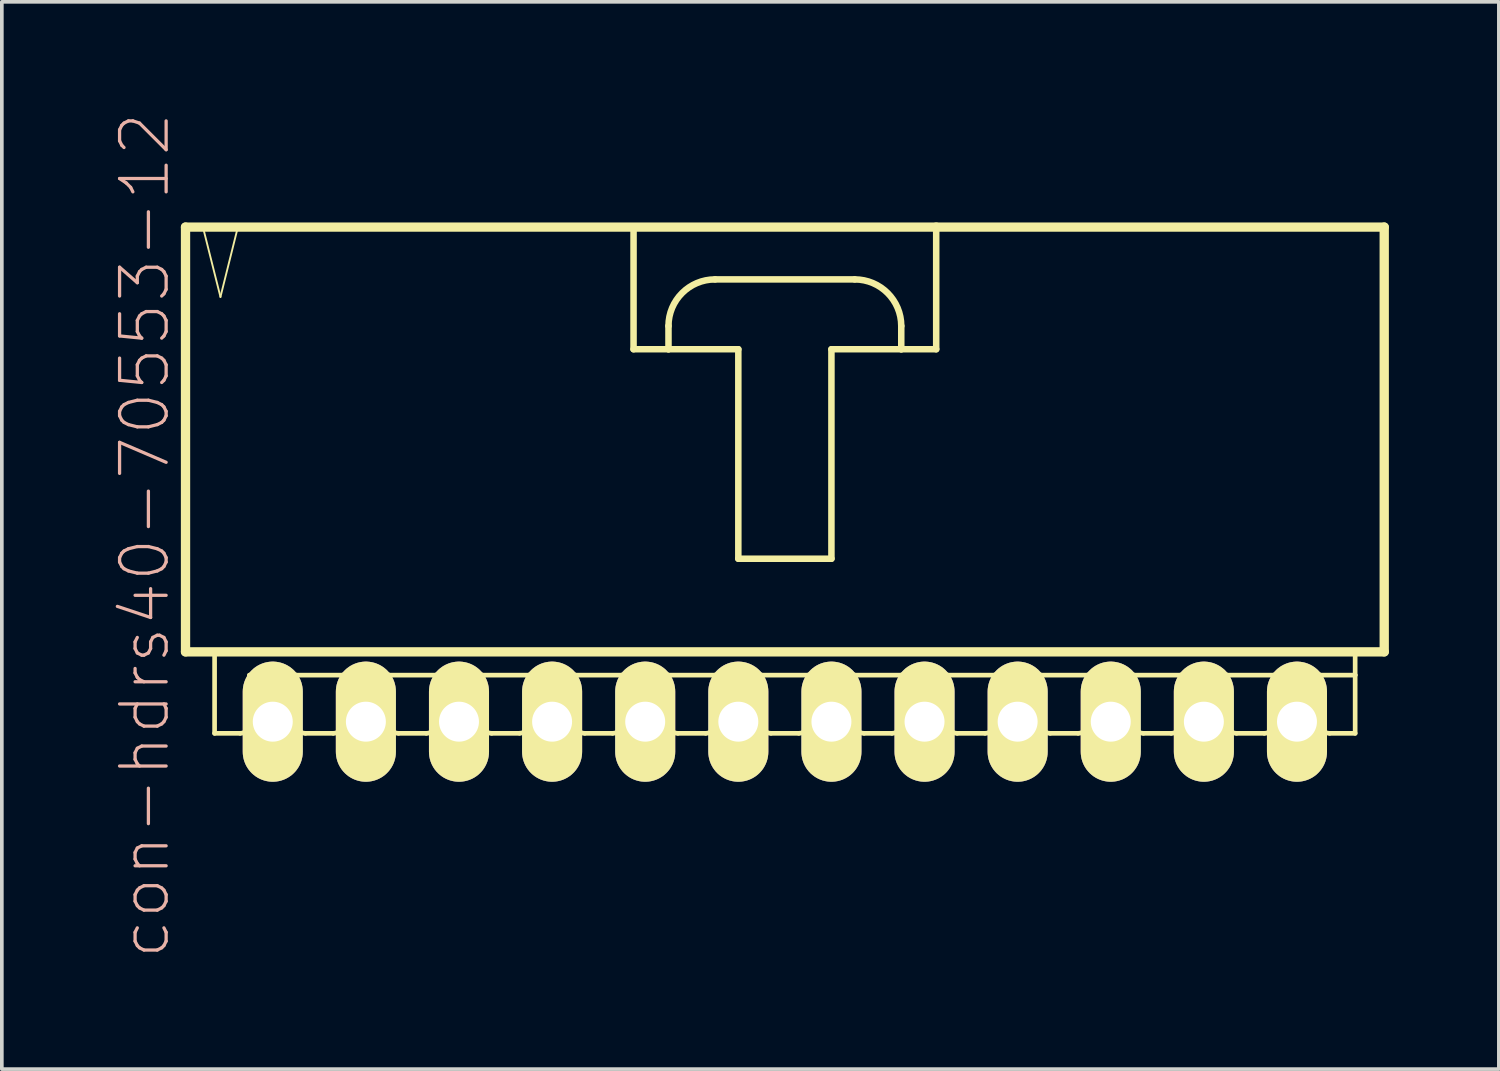
<source format=kicad_pcb>
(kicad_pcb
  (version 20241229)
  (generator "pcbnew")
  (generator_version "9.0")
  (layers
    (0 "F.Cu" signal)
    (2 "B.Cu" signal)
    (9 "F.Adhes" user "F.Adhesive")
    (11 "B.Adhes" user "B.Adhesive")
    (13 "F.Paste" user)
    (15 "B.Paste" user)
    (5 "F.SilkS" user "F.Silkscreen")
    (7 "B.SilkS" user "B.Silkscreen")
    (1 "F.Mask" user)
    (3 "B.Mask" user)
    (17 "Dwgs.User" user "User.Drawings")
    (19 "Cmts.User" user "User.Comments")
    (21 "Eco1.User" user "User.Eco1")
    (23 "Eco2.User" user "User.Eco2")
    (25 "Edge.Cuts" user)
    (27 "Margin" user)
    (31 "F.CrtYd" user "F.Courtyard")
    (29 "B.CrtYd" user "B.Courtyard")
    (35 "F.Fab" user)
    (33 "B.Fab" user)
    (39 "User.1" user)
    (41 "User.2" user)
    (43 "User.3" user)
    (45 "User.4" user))
  (footprint "con-hdrs40-70553-12"
    (layer "F.Cu")
    (at 18.361 9.017)
    (property "Reference" "con-hdrs40-70553-12" (at -17.462 2.54 90) (layer "B.SilkS") (effects (font (size 1.27 1.27) (thickness 0.089))))
    (attr exclude_from_pos_files exclude_from_bom)
    (fp_line (start -16.35 -5.872) (end -16.35 5.715) (stroke (width 0.254) (type solid)) (layer "F.SilkS"))
    (fp_line (start -16.35 5.715) (end 16.35 5.715) (stroke (width 0.254) (type solid)) (layer "F.SilkS"))
    (fp_line (start -15.875 -5.872) (end -15.397 -3.967) (stroke (width 0.051) (type solid)) (layer "F.SilkS"))
    (fp_line (start -15.557 5.715) (end -15.557 7.938) (stroke (width 0.127) (type solid)) (layer "F.SilkS"))
    (fp_line (start -15.397 -3.967) (end -14.922 -5.872) (stroke (width 0.051) (type solid)) (layer "F.SilkS"))
    (fp_line (start -14.922 -5.872) (end -15.875 -5.872) (stroke (width 0.051) (type solid)) (layer "F.SilkS"))
    (fp_line (start -14.859 7.938) (end -15.557 7.938) (stroke (width 0.127) (type solid)) (layer "F.SilkS"))
    (fp_line (start -14.605 6.35) (end -14.605 7.684) (stroke (width 0.127) (type solid)) (layer "F.SilkS"))
    (fp_line (start -14.605 6.35) (end -13.335 6.35) (stroke (width 0.127) (type solid)) (layer "F.SilkS"))
    (fp_line (start -14.287 6.35) (end -13.652 6.35) (stroke (width 0.066) (type solid)) (layer "F.SilkS"))
    (fp_line (start -14.287 7.62) (end -14.287 6.35) (stroke (width 0.066) (type solid)) (layer "F.SilkS"))
    (fp_line (start -14.287 7.62) (end -13.652 7.62) (stroke (width 0.066) (type solid)) (layer "F.SilkS"))
    (fp_line (start -13.652 7.62) (end -13.652 6.35) (stroke (width 0.066) (type solid)) (layer "F.SilkS"))
    (fp_line (start -13.335 6.35) (end -13.335 7.684) (stroke (width 0.127) (type solid)) (layer "F.SilkS"))
    (fp_line (start -13.335 6.35) (end -12.065 6.35) (stroke (width 0.127) (type solid)) (layer "F.SilkS"))
    (fp_line (start -12.319 7.938) (end -13.081 7.938) (stroke (width 0.127) (type solid)) (layer "F.SilkS"))
    (fp_line (start -12.065 6.35) (end -12.065 7.684) (stroke (width 0.127) (type solid)) (layer "F.SilkS"))
    (fp_line (start -12.065 6.35) (end -10.795 6.35) (stroke (width 0.127) (type solid)) (layer "F.SilkS"))
    (fp_line (start -11.748 6.35) (end -11.113 6.35) (stroke (width 0.066) (type solid)) (layer "F.SilkS"))
    (fp_line (start -11.748 7.62) (end -11.748 6.35) (stroke (width 0.066) (type solid)) (layer "F.SilkS"))
    (fp_line (start -11.748 7.62) (end -11.113 7.62) (stroke (width 0.066) (type solid)) (layer "F.SilkS"))
    (fp_line (start -11.113 7.62) (end -11.113 6.35) (stroke (width 0.066) (type solid)) (layer "F.SilkS"))
    (fp_line (start -10.795 6.35) (end -10.795 7.684) (stroke (width 0.127) (type solid)) (layer "F.SilkS"))
    (fp_line (start -10.795 6.35) (end -9.525 6.35) (stroke (width 0.127) (type solid)) (layer "F.SilkS"))
    (fp_line (start -9.779 7.938) (end -10.541 7.938) (stroke (width 0.127) (type solid)) (layer "F.SilkS"))
    (fp_line (start -9.525 6.35) (end -9.525 7.684) (stroke (width 0.127) (type solid)) (layer "F.SilkS"))
    (fp_line (start -9.525 6.35) (end -8.255 6.35) (stroke (width 0.127) (type solid)) (layer "F.SilkS"))
    (fp_line (start -9.207 6.35) (end -8.572 6.35) (stroke (width 0.066) (type solid)) (layer "F.SilkS"))
    (fp_line (start -9.207 7.62) (end -9.207 6.35) (stroke (width 0.066) (type solid)) (layer "F.SilkS"))
    (fp_line (start -9.207 7.62) (end -8.572 7.62) (stroke (width 0.066) (type solid)) (layer "F.SilkS"))
    (fp_line (start -8.572 7.62) (end -8.572 6.35) (stroke (width 0.066) (type solid)) (layer "F.SilkS"))
    (fp_line (start -8.255 6.35) (end -8.255 7.684) (stroke (width 0.127) (type solid)) (layer "F.SilkS"))
    (fp_line (start -8.255 6.35) (end -6.985 6.35) (stroke (width 0.127) (type solid)) (layer "F.SilkS"))
    (fp_line (start -7.236 7.938) (end -8.001 7.938) (stroke (width 0.127) (type solid)) (layer "F.SilkS"))
    (fp_line (start -6.985 6.35) (end -6.985 7.684) (stroke (width 0.127) (type solid)) (layer "F.SilkS"))
    (fp_line (start -6.985 6.35) (end -5.715 6.35) (stroke (width 0.127) (type solid)) (layer "F.SilkS"))
    (fp_line (start -6.668 6.35) (end -6.032 6.35) (stroke (width 0.066) (type solid)) (layer "F.SilkS"))
    (fp_line (start -6.668 7.62) (end -6.668 6.35) (stroke (width 0.066) (type solid)) (layer "F.SilkS"))
    (fp_line (start -6.668 7.62) (end -6.032 7.62) (stroke (width 0.066) (type solid)) (layer "F.SilkS"))
    (fp_line (start -6.032 7.62) (end -6.032 6.35) (stroke (width 0.066) (type solid)) (layer "F.SilkS"))
    (fp_line (start -5.715 6.35) (end -5.715 7.684) (stroke (width 0.127) (type solid)) (layer "F.SilkS"))
    (fp_line (start -5.715 6.35) (end -4.445 6.35) (stroke (width 0.127) (type solid)) (layer "F.SilkS"))
    (fp_line (start -4.699 7.938) (end -5.461 7.938) (stroke (width 0.127) (type solid)) (layer "F.SilkS"))
    (fp_line (start -4.445 6.35) (end -4.445 7.684) (stroke (width 0.127) (type solid)) (layer "F.SilkS"))
    (fp_line (start -4.445 6.35) (end -3.175 6.35) (stroke (width 0.127) (type solid)) (layer "F.SilkS"))
    (fp_line (start -4.128 -5.872) (end -4.128 -2.54) (stroke (width 0.178) (type solid)) (layer "F.SilkS"))
    (fp_line (start -4.128 -2.54) (end -3.175 -2.54) (stroke (width 0.178) (type solid)) (layer "F.SilkS"))
    (fp_line (start -4.128 6.35) (end -3.493 6.35) (stroke (width 0.066) (type solid)) (layer "F.SilkS"))
    (fp_line (start -4.128 7.62) (end -4.128 6.35) (stroke (width 0.066) (type solid)) (layer "F.SilkS"))
    (fp_line (start -4.128 7.62) (end -3.493 7.62) (stroke (width 0.066) (type solid)) (layer "F.SilkS"))
    (fp_line (start -3.493 7.62) (end -3.493 6.35) (stroke (width 0.066) (type solid)) (layer "F.SilkS"))
    (fp_line (start -3.175 -2.54) (end -3.175 -3.175) (stroke (width 0.178) (type solid)) (layer "F.SilkS"))
    (fp_line (start -3.175 -2.54) (end -1.27 -2.54) (stroke (width 0.178) (type solid)) (layer "F.SilkS"))
    (fp_line (start -3.175 6.35) (end -3.175 7.684) (stroke (width 0.127) (type solid)) (layer "F.SilkS"))
    (fp_line (start -3.175 6.35) (end -1.905 6.35) (stroke (width 0.127) (type solid)) (layer "F.SilkS"))
    (fp_line (start -2.159 7.938) (end -2.921 7.938) (stroke (width 0.127) (type solid)) (layer "F.SilkS"))
    (fp_line (start -1.905 -4.445) (end 1.905 -4.445) (stroke (width 0.178) (type solid)) (layer "F.SilkS"))
    (fp_line (start -1.905 6.35) (end -1.905 7.684) (stroke (width 0.127) (type solid)) (layer "F.SilkS"))
    (fp_line (start -1.905 6.35) (end -0.635 6.35) (stroke (width 0.127) (type solid)) (layer "F.SilkS"))
    (fp_line (start -1.587 6.35) (end -0.953 6.35) (stroke (width 0.066) (type solid)) (layer "F.SilkS"))
    (fp_line (start -1.587 7.62) (end -1.587 6.35) (stroke (width 0.066) (type solid)) (layer "F.SilkS"))
    (fp_line (start -1.587 7.62) (end -0.953 7.62) (stroke (width 0.066) (type solid)) (layer "F.SilkS"))
    (fp_line (start -1.27 -2.54) (end -1.27 3.175) (stroke (width 0.178) (type solid)) (layer "F.SilkS"))
    (fp_line (start -1.27 3.175) (end 1.27 3.175) (stroke (width 0.178) (type solid)) (layer "F.SilkS"))
    (fp_line (start -0.953 7.62) (end -0.953 6.35) (stroke (width 0.066) (type solid)) (layer "F.SilkS"))
    (fp_line (start -0.635 6.35) (end -0.635 7.684) (stroke (width 0.127) (type solid)) (layer "F.SilkS"))
    (fp_line (start -0.635 6.35) (end 0.635 6.35) (stroke (width 0.127) (type solid)) (layer "F.SilkS"))
    (fp_line (start 0.381 7.938) (end -0.381 7.938) (stroke (width 0.127) (type solid)) (layer "F.SilkS"))
    (fp_line (start 0.635 6.35) (end 0.635 7.684) (stroke (width 0.127) (type solid)) (layer "F.SilkS"))
    (fp_line (start 0.635 6.35) (end 1.905 6.35) (stroke (width 0.127) (type solid)) (layer "F.SilkS"))
    (fp_line (start 0.953 6.35) (end 1.587 6.35) (stroke (width 0.066) (type solid)) (layer "F.SilkS"))
    (fp_line (start 0.953 7.62) (end 0.953 6.35) (stroke (width 0.066) (type solid)) (layer "F.SilkS"))
    (fp_line (start 0.953 7.62) (end 1.587 7.62) (stroke (width 0.066) (type solid)) (layer "F.SilkS"))
    (fp_line (start 1.27 -2.54) (end 3.175 -2.54) (stroke (width 0.178) (type solid)) (layer "F.SilkS"))
    (fp_line (start 1.27 3.175) (end 1.27 -2.54) (stroke (width 0.178) (type solid)) (layer "F.SilkS"))
    (fp_line (start 1.587 7.62) (end 1.587 6.35) (stroke (width 0.066) (type solid)) (layer "F.SilkS"))
    (fp_line (start 1.905 6.35) (end 1.905 7.684) (stroke (width 0.127) (type solid)) (layer "F.SilkS"))
    (fp_line (start 1.905 6.35) (end 3.175 6.35) (stroke (width 0.127) (type solid)) (layer "F.SilkS"))
    (fp_line (start 2.921 7.938) (end 2.159 7.938) (stroke (width 0.127) (type solid)) (layer "F.SilkS"))
    (fp_line (start 3.175 -3.175) (end 3.175 -2.54) (stroke (width 0.178) (type solid)) (layer "F.SilkS"))
    (fp_line (start 3.175 -2.54) (end 4.128 -2.54) (stroke (width 0.178) (type solid)) (layer "F.SilkS"))
    (fp_line (start 3.175 6.35) (end 3.175 7.684) (stroke (width 0.127) (type solid)) (layer "F.SilkS"))
    (fp_line (start 3.175 6.35) (end 4.445 6.35) (stroke (width 0.127) (type solid)) (layer "F.SilkS"))
    (fp_line (start 3.493 6.35) (end 4.128 6.35) (stroke (width 0.066) (type solid)) (layer "F.SilkS"))
    (fp_line (start 3.493 7.62) (end 3.493 6.35) (stroke (width 0.066) (type solid)) (layer "F.SilkS"))
    (fp_line (start 3.493 7.62) (end 4.128 7.62) (stroke (width 0.066) (type solid)) (layer "F.SilkS"))
    (fp_line (start 4.128 -5.872) (end -16.35 -5.872) (stroke (width 0.254) (type solid)) (layer "F.SilkS"))
    (fp_line (start 4.128 -2.54) (end 4.128 -5.872) (stroke (width 0.178) (type solid)) (layer "F.SilkS"))
    (fp_line (start 4.128 7.62) (end 4.128 6.35) (stroke (width 0.066) (type solid)) (layer "F.SilkS"))
    (fp_line (start 4.445 6.35) (end 4.445 7.684) (stroke (width 0.127) (type solid)) (layer "F.SilkS"))
    (fp_line (start 4.445 6.35) (end 5.715 6.35) (stroke (width 0.127) (type solid)) (layer "F.SilkS"))
    (fp_line (start 5.461 7.938) (end 4.699 7.938) (stroke (width 0.127) (type solid)) (layer "F.SilkS"))
    (fp_line (start 5.715 6.35) (end 5.715 7.684) (stroke (width 0.127) (type solid)) (layer "F.SilkS"))
    (fp_line (start 5.715 6.35) (end 6.985 6.35) (stroke (width 0.127) (type solid)) (layer "F.SilkS"))
    (fp_line (start 6.032 6.35) (end 6.668 6.35) (stroke (width 0.066) (type solid)) (layer "F.SilkS"))
    (fp_line (start 6.032 7.62) (end 6.032 6.35) (stroke (width 0.066) (type solid)) (layer "F.SilkS"))
    (fp_line (start 6.032 7.62) (end 6.668 7.62) (stroke (width 0.066) (type solid)) (layer "F.SilkS"))
    (fp_line (start 6.668 7.62) (end 6.668 6.35) (stroke (width 0.066) (type solid)) (layer "F.SilkS"))
    (fp_line (start 6.985 6.35) (end 6.985 7.684) (stroke (width 0.127) (type solid)) (layer "F.SilkS"))
    (fp_line (start 6.985 6.35) (end 8.255 6.35) (stroke (width 0.127) (type solid)) (layer "F.SilkS"))
    (fp_line (start 8.001 7.938) (end 7.236 7.938) (stroke (width 0.127) (type solid)) (layer "F.SilkS"))
    (fp_line (start 8.255 6.35) (end 8.255 7.684) (stroke (width 0.127) (type solid)) (layer "F.SilkS"))
    (fp_line (start 8.255 6.35) (end 9.525 6.35) (stroke (width 0.127) (type solid)) (layer "F.SilkS"))
    (fp_line (start 8.572 6.35) (end 9.207 6.35) (stroke (width 0.066) (type solid)) (layer "F.SilkS"))
    (fp_line (start 8.572 7.62) (end 8.572 6.35) (stroke (width 0.066) (type solid)) (layer "F.SilkS"))
    (fp_line (start 8.572 7.62) (end 9.207 7.62) (stroke (width 0.066) (type solid)) (layer "F.SilkS"))
    (fp_line (start 9.207 7.62) (end 9.207 6.35) (stroke (width 0.066) (type solid)) (layer "F.SilkS"))
    (fp_line (start 9.525 6.35) (end 9.525 7.684) (stroke (width 0.127) (type solid)) (layer "F.SilkS"))
    (fp_line (start 9.525 6.35) (end 10.795 6.35) (stroke (width 0.127) (type solid)) (layer "F.SilkS"))
    (fp_line (start 10.541 7.938) (end 9.779 7.938) (stroke (width 0.127) (type solid)) (layer "F.SilkS"))
    (fp_line (start 10.795 6.35) (end 10.795 7.684) (stroke (width 0.127) (type solid)) (layer "F.SilkS"))
    (fp_line (start 10.795 6.35) (end 12.065 6.35) (stroke (width 0.127) (type solid)) (layer "F.SilkS"))
    (fp_line (start 11.113 6.35) (end 11.748 6.35) (stroke (width 0.066) (type solid)) (layer "F.SilkS"))
    (fp_line (start 11.113 7.62) (end 11.113 6.35) (stroke (width 0.066) (type solid)) (layer "F.SilkS"))
    (fp_line (start 11.113 7.62) (end 11.748 7.62) (stroke (width 0.066) (type solid)) (layer "F.SilkS"))
    (fp_line (start 11.748 7.62) (end 11.748 6.35) (stroke (width 0.066) (type solid)) (layer "F.SilkS"))
    (fp_line (start 12.065 6.35) (end 12.065 7.684) (stroke (width 0.127) (type solid)) (layer "F.SilkS"))
    (fp_line (start 12.065 6.35) (end 13.335 6.35) (stroke (width 0.127) (type solid)) (layer "F.SilkS"))
    (fp_line (start 13.081 7.938) (end 12.319 7.938) (stroke (width 0.127) (type solid)) (layer "F.SilkS"))
    (fp_line (start 13.335 6.35) (end 13.335 7.684) (stroke (width 0.127) (type solid)) (layer "F.SilkS"))
    (fp_line (start 13.335 6.35) (end 14.605 6.35) (stroke (width 0.127) (type solid)) (layer "F.SilkS"))
    (fp_line (start 13.652 6.35) (end 14.287 6.35) (stroke (width 0.066) (type solid)) (layer "F.SilkS"))
    (fp_line (start 13.652 7.62) (end 13.652 6.35) (stroke (width 0.066) (type solid)) (layer "F.SilkS"))
    (fp_line (start 13.652 7.62) (end 14.287 7.62) (stroke (width 0.066) (type solid)) (layer "F.SilkS"))
    (fp_line (start 14.287 7.62) (end 14.287 6.35) (stroke (width 0.066) (type solid)) (layer "F.SilkS"))
    (fp_line (start 14.605 6.35) (end 14.605 7.684) (stroke (width 0.127) (type solid)) (layer "F.SilkS"))
    (fp_line (start 14.605 6.35) (end 15.557 6.35) (stroke (width 0.127) (type solid)) (layer "F.SilkS"))
    (fp_line (start 14.859 7.938) (end 15.557 7.938) (stroke (width 0.127) (type solid)) (layer "F.SilkS"))
    (fp_line (start 15.557 6.35) (end 15.557 5.715) (stroke (width 0.127) (type solid)) (layer "F.SilkS"))
    (fp_line (start 15.557 7.938) (end 15.557 6.35) (stroke (width 0.127) (type solid)) (layer "F.SilkS"))
    (fp_line (start 16.35 -5.872) (end 4.128 -5.872) (stroke (width 0.254) (type solid)) (layer "F.SilkS"))
    (fp_line (start 16.35 5.715) (end 16.35 -5.872) (stroke (width 0.254) (type solid)) (layer "F.SilkS"))
    (fp_arc (start -14.605 7.6835) (mid -14.679395 7.863105) (end -14.859 7.9375) (stroke (width 0.127) (type solid)) (layer "F.SilkS"))
    (fp_arc (start -13.081 7.9375) (mid -13.260605 7.863105) (end -13.335 7.6835) (stroke (width 0.127) (type solid)) (layer "F.SilkS"))
    (fp_arc (start -12.065 7.6835) (mid -12.139395 7.863105) (end -12.319 7.9375) (stroke (width 0.127) (type solid)) (layer "F.SilkS"))
    (fp_arc (start -10.541 7.9375) (mid -10.720605 7.863105) (end -10.795 7.6835) (stroke (width 0.127) (type solid)) (layer "F.SilkS"))
    (fp_arc (start -9.525 7.6835) (mid -9.599395 7.863105) (end -9.779 7.9375) (stroke (width 0.127) (type solid)) (layer "F.SilkS"))
    (fp_arc (start -8.001 7.9375) (mid -8.180605 7.863105) (end -8.255 7.6835) (stroke (width 0.127) (type solid)) (layer "F.SilkS"))
    (fp_arc (start -6.985 7.6835) (mid -7.058651 7.861309) (end -7.23646 7.93496) (stroke (width 0.127) (type solid)) (layer "F.SilkS"))
    (fp_arc (start -5.461 7.9375) (mid -5.640605 7.863105) (end -5.715 7.6835) (stroke (width 0.127) (type solid)) (layer "F.SilkS"))
    (fp_arc (start -4.445 7.6835) (mid -4.519395 7.863105) (end -4.699 7.9375) (stroke (width 0.127) (type solid)) (layer "F.SilkS"))
    (fp_arc (start -3.175 -3.175) (mid -2.803026 -4.073026) (end -1.905 -4.445) (stroke (width 0.1778) (type solid)) (layer "F.SilkS"))
    (fp_arc (start -2.921 7.9375) (mid -3.100605 7.863105) (end -3.175 7.6835) (stroke (width 0.127) (type solid)) (layer "F.SilkS"))
    (fp_arc (start -1.905 7.6835) (mid -1.979395 7.863105) (end -2.159 7.9375) (stroke (width 0.127) (type solid)) (layer "F.SilkS"))
    (fp_arc (start -0.381 7.9375) (mid -0.560605 7.863105) (end -0.635 7.6835) (stroke (width 0.127) (type solid)) (layer "F.SilkS"))
    (fp_arc (start 0.635 7.6835) (mid 0.560605 7.863105) (end 0.381 7.9375) (stroke (width 0.127) (type solid)) (layer "F.SilkS"))
    (fp_arc (start 1.905 -4.445) (mid 2.803026 -4.073026) (end 3.175 -3.175) (stroke (width 0.1778) (type solid)) (layer "F.SilkS"))
    (fp_arc (start 2.159 7.9375) (mid 1.979395 7.863105) (end 1.905 7.6835) (stroke (width 0.127) (type solid)) (layer "F.SilkS"))
    (fp_arc (start 3.175 7.6835) (mid 3.100605 7.863105) (end 2.921 7.9375) (stroke (width 0.127) (type solid)) (layer "F.SilkS"))
    (fp_arc (start 4.699 7.9375) (mid 4.519395 7.863105) (end 4.445 7.6835) (stroke (width 0.127) (type solid)) (layer "F.SilkS"))
    (fp_arc (start 5.715 7.6835) (mid 5.640605 7.863105) (end 5.461 7.9375) (stroke (width 0.127) (type solid)) (layer "F.SilkS"))
    (fp_arc (start 7.23646 7.9375) (mid 7.056855 7.863105) (end 6.98246 7.6835) (stroke (width 0.127) (type solid)) (layer "F.SilkS"))
    (fp_arc (start 8.255 7.6835) (mid 8.180605 7.863105) (end 8.001 7.9375) (stroke (width 0.127) (type solid)) (layer "F.SilkS"))
    (fp_arc (start 9.779 7.9375) (mid 9.599395 7.863105) (end 9.525 7.6835) (stroke (width 0.127) (type solid)) (layer "F.SilkS"))
    (fp_arc (start 10.795 7.6835) (mid 10.720605 7.863105) (end 10.541 7.9375) (stroke (width 0.127) (type solid)) (layer "F.SilkS"))
    (fp_arc (start 12.319 7.9375) (mid 12.139395 7.863105) (end 12.065 7.6835) (stroke (width 0.127) (type solid)) (layer "F.SilkS"))
    (fp_arc (start 13.335 7.6835) (mid 13.260605 7.863105) (end 13.081 7.9375) (stroke (width 0.127) (type solid)) (layer "F.SilkS"))
    (fp_arc (start 14.859 7.9375) (mid 14.679395 7.863105) (end 14.605 7.6835) (stroke (width 0.127) (type solid)) (layer "F.SilkS"))
    (pad "1" thru_hole oval (at -13.97 7.62) (size 1.638 3.277) (drill 1.09) (layers "*.Cu" "F.Mask" "F.SilkS" "F.Paste"))
    (pad "2" thru_hole oval (at -11.43 7.62) (size 1.638 3.277) (drill 1.09) (layers "*.Cu" "F.Mask" "F.SilkS" "F.Paste"))
    (pad "3" thru_hole oval (at -3.81 7.62) (size 1.638 3.277) (drill 1.09) (layers "*.Cu" "F.Mask" "F.SilkS" "F.Paste"))
    (pad "4" thru_hole oval (at -8.89 7.62) (size 1.638 3.277) (drill 1.09) (layers "*.Cu" "F.Mask" "F.SilkS" "F.Paste"))
    (pad "5" thru_hole oval (at -6.35 7.62) (size 1.638 3.277) (drill 1.09) (layers "*.Cu" "F.Mask" "F.SilkS" "F.Paste"))
    (pad "6" thru_hole oval (at -1.27 7.62) (size 1.638 3.277) (drill 1.09) (layers "*.Cu" "F.Mask" "F.SilkS" "F.Paste"))
    (pad "7" thru_hole oval (at 1.27 7.62) (size 1.638 3.277) (drill 1.09) (layers "*.Cu" "F.Mask" "F.SilkS" "F.Paste"))
    (pad "8" thru_hole oval (at 3.81 7.62) (size 1.638 3.277) (drill 1.09) (layers "*.Cu" "F.Mask" "F.SilkS" "F.Paste"))
    (pad "9" thru_hole oval (at 6.35 7.62) (size 1.638 3.277) (drill 1.09) (layers "*.Cu" "F.Mask" "F.SilkS" "F.Paste"))
    (pad "10" thru_hole oval (at 8.89 7.62) (size 1.638 3.277) (drill 1.09) (layers "*.Cu" "F.Mask" "F.SilkS" "F.Paste"))
    (pad "11" thru_hole oval (at 11.43 7.62) (size 1.638 3.277) (drill 1.09) (layers "*.Cu" "F.Mask" "F.SilkS" "F.Paste"))
    (pad "12" thru_hole oval (at 13.97 7.62) (size 1.638 3.277) (drill 1.09) (layers "*.Cu" "F.Mask" "F.SilkS" "F.Paste")))
  (gr_rect
    (start -3 -3)
    (end 37.838 26.115)
    (stroke (width 0.1) (type default))
    (fill no)
    (layer "Edge.Cuts")))
</source>
